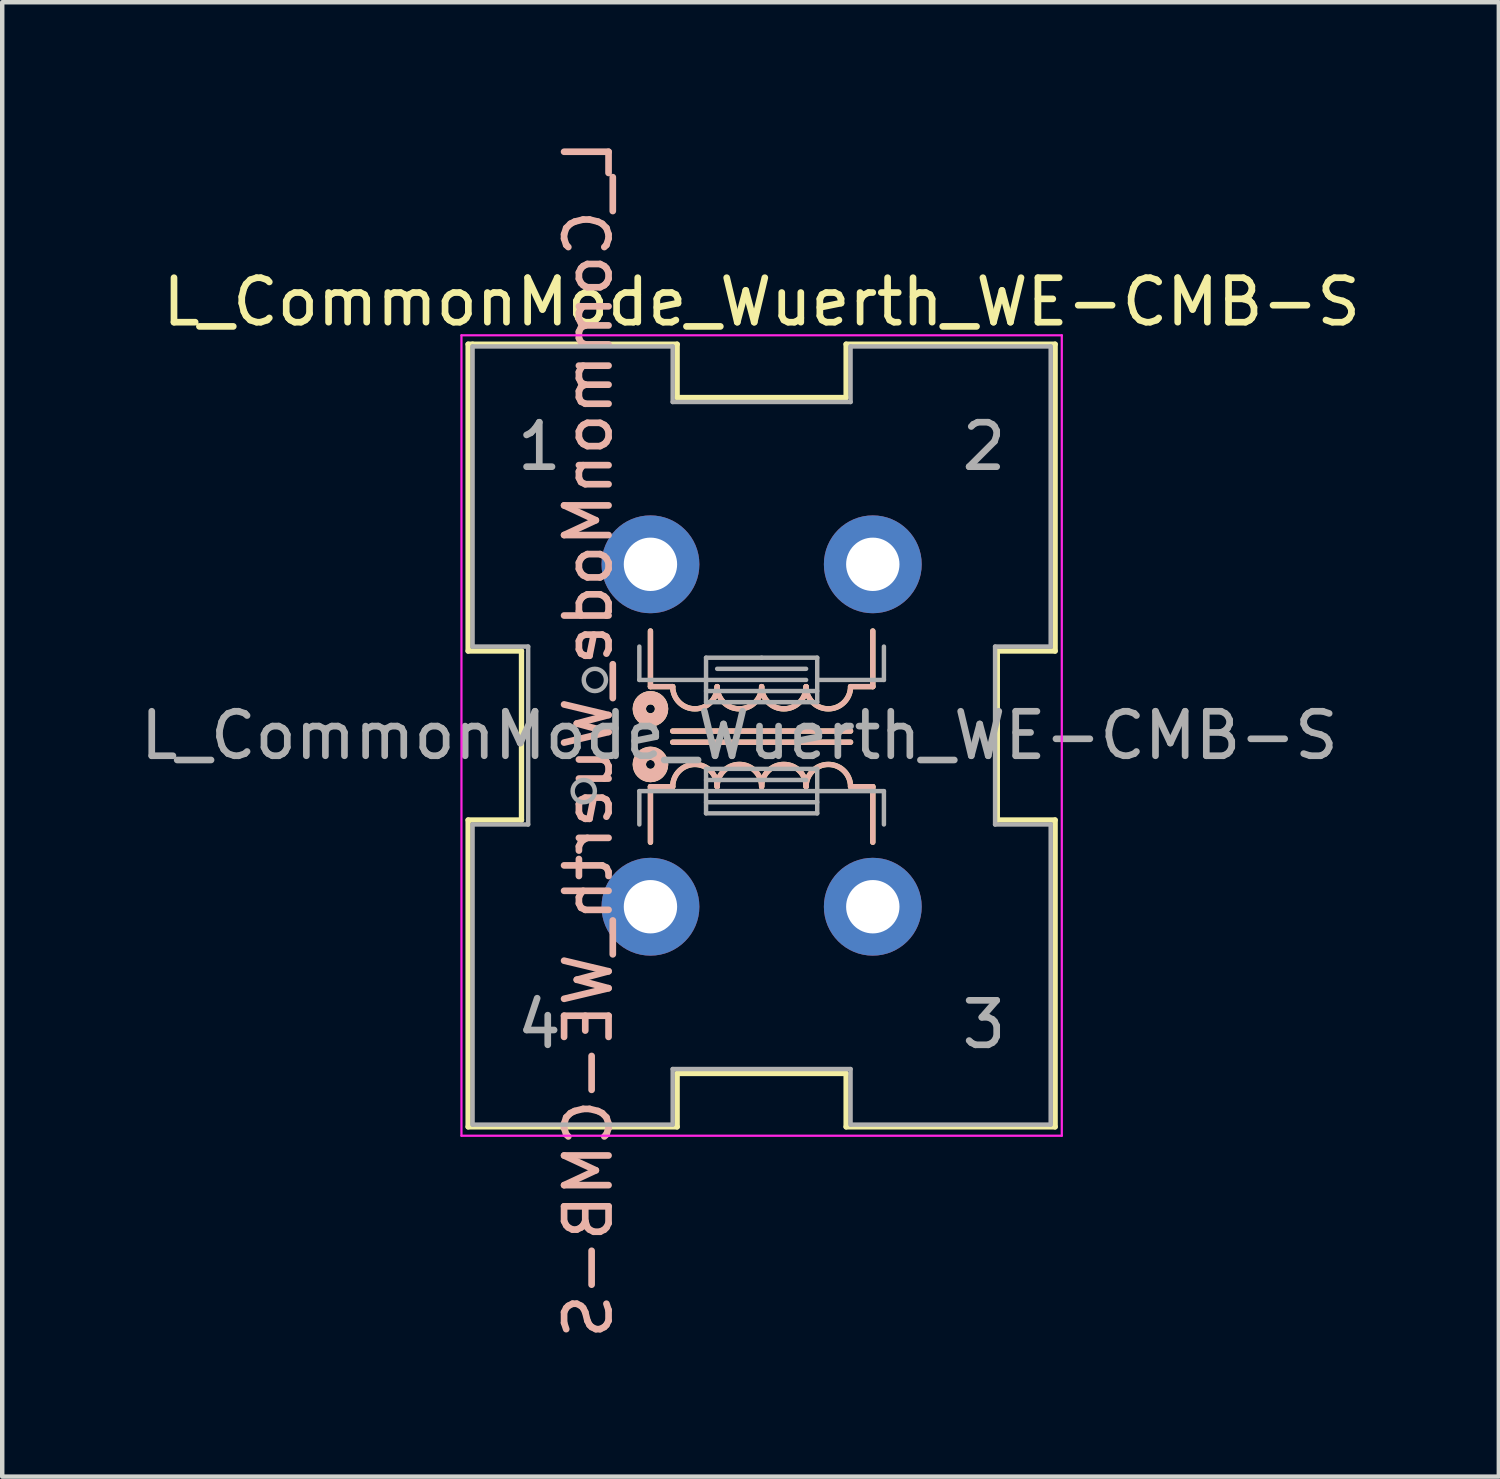
<source format=kicad_pcb>
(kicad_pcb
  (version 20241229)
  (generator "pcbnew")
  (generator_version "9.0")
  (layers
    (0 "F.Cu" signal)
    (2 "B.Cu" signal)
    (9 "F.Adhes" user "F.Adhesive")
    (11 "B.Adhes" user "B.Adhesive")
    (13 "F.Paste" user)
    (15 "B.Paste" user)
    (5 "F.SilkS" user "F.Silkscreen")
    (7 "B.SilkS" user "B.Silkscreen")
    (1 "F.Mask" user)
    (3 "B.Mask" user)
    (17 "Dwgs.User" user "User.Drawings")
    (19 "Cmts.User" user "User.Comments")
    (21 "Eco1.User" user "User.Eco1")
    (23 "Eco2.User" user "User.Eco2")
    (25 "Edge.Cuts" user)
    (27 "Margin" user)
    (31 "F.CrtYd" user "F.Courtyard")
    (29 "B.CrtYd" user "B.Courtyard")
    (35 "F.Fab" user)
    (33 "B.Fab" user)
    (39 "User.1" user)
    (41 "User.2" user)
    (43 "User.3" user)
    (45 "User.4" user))
  (footprint "L_CommonMode_Wuerth_WE-CMB-S"
    (layer "F.Cu")
    (at 11.577 9.64)
    (property "Reference" "L_CommonMode_Wuerth_WE-CMB-S" (at 2.5 -5.9 0) (layer "F.SilkS") (effects (font (size 1 1) (thickness 0.15))))
    (fp_line (start -4.1 -4.95) (end -4 -4.95) (stroke (width 0.12) (type solid)) (layer "F.SilkS"))
    (fp_line (start -4.1 1.95) (end -4.1 -4.95) (stroke (width 0.12) (type solid)) (layer "F.SilkS"))
    (fp_line (start -4.1 5.75) (end -2.9 5.75) (stroke (width 0.12) (type solid)) (layer "F.SilkS"))
    (fp_line (start -4.1 12.65) (end -4.1 5.75) (stroke (width 0.12) (type solid)) (layer "F.SilkS"))
    (fp_line (start -4 -4.95) (end 0.6 -4.95) (stroke (width 0.12) (type solid)) (layer "F.SilkS"))
    (fp_line (start -2.9 1.95) (end -4.1 1.95) (stroke (width 0.12) (type solid)) (layer "F.SilkS"))
    (fp_line (start -2.9 5.75) (end -2.9 1.95) (stroke (width 0.12) (type solid)) (layer "F.SilkS"))
    (fp_line (start 0 2.75) (end 0 1.5) (stroke (width 0.12) (type solid)) (layer "F.SilkS"))
    (fp_line (start 0 5) (end 0 6.25) (stroke (width 0.12) (type solid)) (layer "F.SilkS"))
    (fp_line (start 0.5 2.75) (end 0 2.75) (stroke (width 0.12) (type solid)) (layer "F.SilkS"))
    (fp_line (start 0.5 5) (end 0 5) (stroke (width 0.12) (type solid)) (layer "F.SilkS"))
    (fp_line (start 0.6 -4.95) (end 0.6 -3.75) (stroke (width 0.12) (type solid)) (layer "F.SilkS"))
    (fp_line (start 0.6 -3.75) (end 4.4 -3.75) (stroke (width 0.12) (type solid)) (layer "F.SilkS"))
    (fp_line (start 0.6 11.45) (end 0.6 12.65) (stroke (width 0.12) (type solid)) (layer "F.SilkS"))
    (fp_line (start 0.6 12.65) (end -4.1 12.65) (stroke (width 0.12) (type solid)) (layer "F.SilkS"))
    (fp_line (start 4.4 -4.95) (end 9.1 -4.95) (stroke (width 0.12) (type solid)) (layer "F.SilkS"))
    (fp_line (start 4.4 -3.75) (end 4.4 -4.95) (stroke (width 0.12) (type solid)) (layer "F.SilkS"))
    (fp_line (start 4.4 11.45) (end 0.6 11.45) (stroke (width 0.12) (type solid)) (layer "F.SilkS"))
    (fp_line (start 4.4 12.65) (end 4.4 11.45) (stroke (width 0.12) (type solid)) (layer "F.SilkS"))
    (fp_line (start 4.5 2.75) (end 5 2.75) (stroke (width 0.12) (type solid)) (layer "F.SilkS"))
    (fp_line (start 4.5 3.75) (end 0.5 3.75) (stroke (width 0.12) (type solid)) (layer "F.SilkS"))
    (fp_line (start 4.5 4) (end 0.5 4) (stroke (width 0.12) (type solid)) (layer "F.SilkS"))
    (fp_line (start 4.5 5) (end 5 5) (stroke (width 0.12) (type solid)) (layer "F.SilkS"))
    (fp_line (start 5 2.75) (end 5 1.5) (stroke (width 0.12) (type solid)) (layer "F.SilkS"))
    (fp_line (start 5 5) (end 5 6.25) (stroke (width 0.12) (type solid)) (layer "F.SilkS"))
    (fp_line (start 7.8 1.95) (end 7.8 5.75) (stroke (width 0.12) (type solid)) (layer "F.SilkS"))
    (fp_line (start 7.8 5.75) (end 9.1 5.75) (stroke (width 0.12) (type solid)) (layer "F.SilkS"))
    (fp_line (start 9.1 -4.95) (end 9.1 1.95) (stroke (width 0.12) (type solid)) (layer "F.SilkS"))
    (fp_line (start 9.1 1.95) (end 7.8 1.95) (stroke (width 0.12) (type solid)) (layer "F.SilkS"))
    (fp_line (start 9.1 5.75) (end 9.1 12.65) (stroke (width 0.12) (type solid)) (layer "F.SilkS"))
    (fp_line (start 9.1 12.65) (end 4.4 12.65) (stroke (width 0.12) (type solid)) (layer "F.SilkS"))
    (fp_arc (start 0.5 5) (mid 1 4.5) (end 1.5 5) (stroke (width 0.12) (type solid)) (layer "F.SilkS"))
    (fp_arc (start 1.5 2.75) (mid 1 3.25) (end 0.5 2.75) (stroke (width 0.12) (type solid)) (layer "F.SilkS"))
    (fp_arc (start 1.5 5) (mid 2 4.5) (end 2.5 5) (stroke (width 0.12) (type solid)) (layer "F.SilkS"))
    (fp_arc (start 2.5 2.75) (mid 2 3.25) (end 1.5 2.75) (stroke (width 0.12) (type solid)) (layer "F.SilkS"))
    (fp_arc (start 2.5 5) (mid 3 4.5) (end 3.5 5) (stroke (width 0.12) (type solid)) (layer "F.SilkS"))
    (fp_arc (start 3.5 2.75) (mid 3 3.25) (end 2.5 2.75) (stroke (width 0.12) (type solid)) (layer "F.SilkS"))
    (fp_arc (start 3.5 5) (mid 4 4.5) (end 4.5 5) (stroke (width 0.12) (type solid)) (layer "F.SilkS"))
    (fp_arc (start 4.5 2.75) (mid 4 3.25) (end 3.5 2.75) (stroke (width 0.12) (type solid)) (layer "F.SilkS"))
    (fp_circle (center 0 3.25) (end 0.1 3.25) (stroke (width 0.3) (type solid)) (fill no) (layer "F.SilkS"))
    (fp_circle (center 0 4.5) (end 0.1 4.5) (stroke (width 0.3) (type solid)) (fill no) (layer "F.SilkS"))
    (fp_line (start 0 2.75) (end 0 1.5) (stroke (width 0.12) (type solid)) (layer "B.SilkS"))
    (fp_line (start 0 5) (end 0 6.25) (stroke (width 0.12) (type solid)) (layer "B.SilkS"))
    (fp_line (start 0.5 2.75) (end 0 2.75) (stroke (width 0.12) (type solid)) (layer "B.SilkS"))
    (fp_line (start 0.5 5) (end 0 5) (stroke (width 0.12) (type solid)) (layer "B.SilkS"))
    (fp_line (start 4.5 2.75) (end 5 2.75) (stroke (width 0.12) (type solid)) (layer "B.SilkS"))
    (fp_line (start 4.5 3.75) (end 0.5 3.75) (stroke (width 0.12) (type solid)) (layer "B.SilkS"))
    (fp_line (start 4.5 4) (end 0.5 4) (stroke (width 0.12) (type solid)) (layer "B.SilkS"))
    (fp_line (start 4.5 5) (end 5 5) (stroke (width 0.12) (type solid)) (layer "B.SilkS"))
    (fp_line (start 5 2.75) (end 5 1.5) (stroke (width 0.12) (type solid)) (layer "B.SilkS"))
    (fp_line (start 5 5) (end 5 6.25) (stroke (width 0.12) (type solid)) (layer "B.SilkS"))
    (fp_arc (start 0.5 5) (mid 1 4.5) (end 1.5 5) (stroke (width 0.12) (type solid)) (layer "B.SilkS"))
    (fp_arc (start 1.5 2.75) (mid 1 3.25) (end 0.5 2.75) (stroke (width 0.12) (type solid)) (layer "B.SilkS"))
    (fp_arc (start 1.5 5) (mid 2 4.5) (end 2.5 5) (stroke (width 0.12) (type solid)) (layer "B.SilkS"))
    (fp_arc (start 2.5 2.75) (mid 2 3.25) (end 1.5 2.75) (stroke (width 0.12) (type solid)) (layer "B.SilkS"))
    (fp_arc (start 2.5 5) (mid 3 4.5) (end 3.5 5) (stroke (width 0.12) (type solid)) (layer "B.SilkS"))
    (fp_arc (start 3.5 2.75) (mid 3 3.25) (end 2.5 2.75) (stroke (width 0.12) (type solid)) (layer "B.SilkS"))
    (fp_arc (start 3.5 5) (mid 4 4.5) (end 4.5 5) (stroke (width 0.12) (type solid)) (layer "B.SilkS"))
    (fp_arc (start 4.5 2.75) (mid 4 3.25) (end 3.5 2.75) (stroke (width 0.12) (type solid)) (layer "B.SilkS"))
    (fp_circle (center 0 3.25) (end 0.1 3.25) (stroke (width 0.3) (type solid)) (fill no) (layer "B.SilkS"))
    (fp_circle (center 0 4.5) (end 0.1 4.5) (stroke (width 0.3) (type solid)) (fill no) (layer "B.SilkS"))
    (fp_line (start -4.25 -5.15) (end -4.25 12.85) (stroke (width 0.05) (type solid)) (layer "F.CrtYd"))
    (fp_line (start -4.25 12.85) (end 9.25 12.85) (stroke (width 0.05) (type solid)) (layer "F.CrtYd"))
    (fp_line (start 9.25 -5.15) (end -4.25 -5.15) (stroke (width 0.05) (type solid)) (layer "F.CrtYd"))
    (fp_line (start 9.25 12.85) (end 9.25 -5.15) (stroke (width 0.05) (type solid)) (layer "F.CrtYd"))
    (fp_line (start -4 -4.9) (end -4 1.85) (stroke (width 0.1) (type solid)) (layer "F.Fab"))
    (fp_line (start -4 1.85) (end -2.75 1.85) (stroke (width 0.1) (type solid)) (layer "F.Fab"))
    (fp_line (start -4 5.85) (end -4 12.6) (stroke (width 0.1) (type solid)) (layer "F.Fab"))
    (fp_line (start -4 12.6) (end 0.5 12.6) (stroke (width 0.1) (type solid)) (layer "F.Fab"))
    (fp_line (start -2.75 1.85) (end -2.75 5.85) (stroke (width 0.1) (type solid)) (layer "F.Fab"))
    (fp_line (start -2.75 5.85) (end -4 5.85) (stroke (width 0.1) (type solid)) (layer "F.Fab"))
    (fp_line (start -0.25 2.6) (end -0.25 1.85) (stroke (width 0.1) (type solid)) (layer "F.Fab"))
    (fp_line (start -0.25 5.1) (end -0.25 5.85) (stroke (width 0.1) (type solid)) (layer "F.Fab"))
    (fp_line (start 0.5 -4.9) (end -4 -4.9) (stroke (width 0.1) (type solid)) (layer "F.Fab"))
    (fp_line (start 0.5 -3.65) (end 0.5 -4.9) (stroke (width 0.1) (type solid)) (layer "F.Fab"))
    (fp_line (start 0.5 11.35) (end 4.5 11.35) (stroke (width 0.1) (type solid)) (layer "F.Fab"))
    (fp_line (start 0.5 12.6) (end 0.5 11.35) (stroke (width 0.1) (type solid)) (layer "F.Fab"))
    (fp_line (start 1.25 2.1) (end 2.5 2.1) (stroke (width 0.1) (type solid)) (layer "F.Fab"))
    (fp_line (start 1.25 2.6) (end -0.25 2.6) (stroke (width 0.1) (type solid)) (layer "F.Fab"))
    (fp_line (start 1.25 2.85) (end 3.75 2.85) (stroke (width 0.1) (type solid)) (layer "F.Fab"))
    (fp_line (start 1.25 3.1) (end 1.25 2.1) (stroke (width 0.1) (type solid)) (layer "F.Fab"))
    (fp_line (start 1.25 4.6) (end 3.75 4.6) (stroke (width 0.1) (type solid)) (layer "F.Fab"))
    (fp_line (start 1.25 4.85) (end 3.5 4.85) (stroke (width 0.1) (type solid)) (layer "F.Fab"))
    (fp_line (start 1.25 5.1) (end -0.25 5.1) (stroke (width 0.1) (type solid)) (layer "F.Fab"))
    (fp_line (start 1.25 5.6) (end 1.25 4.6) (stroke (width 0.1) (type solid)) (layer "F.Fab"))
    (fp_line (start 2.5 2.1) (end 3.75 2.1) (stroke (width 0.1) (type solid)) (layer "F.Fab"))
    (fp_line (start 3.5 2.35) (end 1.5 2.35) (stroke (width 0.1) (type solid)) (layer "F.Fab"))
    (fp_line (start 3.5 2.6) (end 1.25 2.6) (stroke (width 0.1) (type solid)) (layer "F.Fab"))
    (fp_line (start 3.75 2.1) (end 3.75 3.1) (stroke (width 0.1) (type solid)) (layer "F.Fab"))
    (fp_line (start 3.75 2.6) (end 5.25 2.6) (stroke (width 0.1) (type solid)) (layer "F.Fab"))
    (fp_line (start 3.75 3.1) (end 1.25 3.1) (stroke (width 0.1) (type solid)) (layer "F.Fab"))
    (fp_line (start 3.75 4.6) (end 3.75 5.6) (stroke (width 0.1) (type solid)) (layer "F.Fab"))
    (fp_line (start 3.75 5.1) (end 1.25 5.1) (stroke (width 0.1) (type solid)) (layer "F.Fab"))
    (fp_line (start 3.75 5.1) (end 5.25 5.1) (stroke (width 0.1) (type solid)) (layer "F.Fab"))
    (fp_line (start 3.75 5.35) (end 1.25 5.35) (stroke (width 0.1) (type solid)) (layer "F.Fab"))
    (fp_line (start 3.75 5.6) (end 1.25 5.6) (stroke (width 0.1) (type solid)) (layer "F.Fab"))
    (fp_line (start 4.5 -4.9) (end 4.5 -3.65) (stroke (width 0.1) (type solid)) (layer "F.Fab"))
    (fp_line (start 4.5 -3.65) (end 0.5 -3.65) (stroke (width 0.1) (type solid)) (layer "F.Fab"))
    (fp_line (start 4.5 11.35) (end 4.5 12.6) (stroke (width 0.1) (type solid)) (layer "F.Fab"))
    (fp_line (start 4.5 12.6) (end 9 12.6) (stroke (width 0.1) (type solid)) (layer "F.Fab"))
    (fp_line (start 5.25 2.6) (end 5.25 1.85) (stroke (width 0.1) (type solid)) (layer "F.Fab"))
    (fp_line (start 5.25 5.1) (end 5.25 5.85) (stroke (width 0.1) (type solid)) (layer "F.Fab"))
    (fp_line (start 7.75 1.85) (end 9 1.85) (stroke (width 0.1) (type solid)) (layer "F.Fab"))
    (fp_line (start 7.75 5.85) (end 7.75 1.85) (stroke (width 0.1) (type solid)) (layer "F.Fab"))
    (fp_line (start 9 -4.9) (end 4.5 -4.9) (stroke (width 0.1) (type solid)) (layer "F.Fab"))
    (fp_line (start 9 1.85) (end 9 -4.9) (stroke (width 0.1) (type solid)) (layer "F.Fab"))
    (fp_line (start 9 5.85) (end 7.75 5.85) (stroke (width 0.1) (type solid)) (layer "F.Fab"))
    (fp_line (start 9 12.6) (end 9 5.85) (stroke (width 0.1) (type solid)) (layer "F.Fab"))
    (fp_circle (center -1.5 5.1) (end -1.5 4.85) (stroke (width 0.1) (type solid)) (fill no) (layer "F.Fab"))
    (fp_circle (center -1.25 2.6) (end -1 2.6) (stroke (width 0.1) (type solid)) (fill no) (layer "F.Fab"))
    (fp_text user "${REFERENCE}" (at -1.397 3.937 90) (layer "B.SilkS") (effects (font (size 1 1) (thickness 0.15)) (justify mirror)))
    (fp_text user "3" (at 7.5 10.35 0) (layer "F.Fab") (effects (font (size 1 1) (thickness 0.15))))
    (fp_text user "4" (at -2.5 10.35 0) (layer "F.Fab") (effects (font (size 1 1) (thickness 0.15))))
    (fp_text user "${REFERENCE}" (at 2 3.85 0) (layer "F.Fab") (effects (font (size 1 1) (thickness 0.15))))
    (fp_text user "2" (at 7.5 -2.65 0) (layer "F.Fab") (effects (font (size 1 1) (thickness 0.15))))
    (fp_text user "1" (at -2.5 -2.65 0) (layer "F.Fab") (effects (font (size 1 1) (thickness 0.15))))
    (pad "1" thru_hole circle (at 0 0) (size 2.2 2.2) (drill 1.2) (layers "*.Cu" "*.Mask"))
    (pad "2" thru_hole circle (at 5 0) (size 2.2 2.2) (drill 1.2) (layers "*.Cu" "*.Mask"))
    (pad "3" thru_hole circle (at 5 7.7) (size 2.2 2.2) (drill 1.2) (layers "*.Cu" "*.Mask"))
    (pad "4" thru_hole circle (at 0 7.7) (size 2.2 2.2) (drill 1.2) (layers "*.Cu" "*.Mask")))
  (gr_rect
    (start -3 -3)
    (end 30.655 30.155)
    (stroke (width 0.1) (type default))
    (fill no)
    (layer "Edge.Cuts")))
</source>
